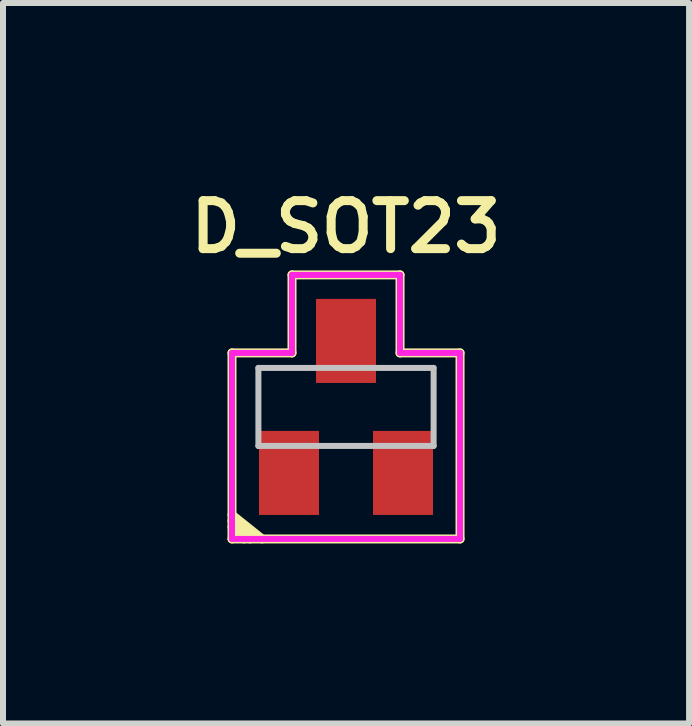
<source format=kicad_pcb>
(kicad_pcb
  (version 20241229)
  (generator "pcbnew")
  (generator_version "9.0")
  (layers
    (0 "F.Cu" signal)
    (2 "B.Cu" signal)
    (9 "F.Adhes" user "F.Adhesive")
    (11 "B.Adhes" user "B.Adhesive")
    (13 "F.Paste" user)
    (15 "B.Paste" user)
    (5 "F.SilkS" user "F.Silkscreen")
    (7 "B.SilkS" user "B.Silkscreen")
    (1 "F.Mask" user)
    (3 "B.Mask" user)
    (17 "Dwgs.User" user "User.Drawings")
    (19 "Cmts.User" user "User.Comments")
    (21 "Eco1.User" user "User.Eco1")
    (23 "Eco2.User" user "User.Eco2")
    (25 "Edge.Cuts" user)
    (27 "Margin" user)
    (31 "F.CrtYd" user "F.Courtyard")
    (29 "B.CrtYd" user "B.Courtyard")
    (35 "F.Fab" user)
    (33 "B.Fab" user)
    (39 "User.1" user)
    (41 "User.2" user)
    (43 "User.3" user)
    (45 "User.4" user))
  (footprint "D_SOT23"
    (layer "F.Cu")
    (at 2.716 3.731)
    (property "Reference" "D_SOT23" (at 0 -3 0) (layer "F.SilkS") (effects (font (size 0.8 0.8) (thickness 0.15))))
    (attr smd)
    (fp_line (start -1.9 -0.9) (end -1.9 2.2) (stroke (width 0.15) (type solid)) (layer "F.SilkS"))
    (fp_line (start -1.9 1.9) (end -1.6 2.2) (stroke (width 0.15) (type solid)) (layer "F.SilkS"))
    (fp_line (start -1.9 2) (end -1.7 2.2) (stroke (width 0.15) (type solid)) (layer "F.SilkS"))
    (fp_line (start -1.9 2.2) (end 1.9 2.2) (stroke (width 0.15) (type solid)) (layer "F.SilkS"))
    (fp_line (start -1.4 2.2) (end -1.9 1.8) (stroke (width 0.15) (type solid)) (layer "F.SilkS"))
    (fp_line (start -0.9 -2.2) (end -0.9 -0.9) (stroke (width 0.15) (type solid)) (layer "F.SilkS"))
    (fp_line (start -0.9 -0.9) (end -1.9 -0.9) (stroke (width 0.15) (type solid)) (layer "F.SilkS"))
    (fp_line (start 0.9 -2.2) (end -0.9 -2.2) (stroke (width 0.15) (type solid)) (layer "F.SilkS"))
    (fp_line (start 0.9 -0.9) (end 0.9 -2.2) (stroke (width 0.15) (type solid)) (layer "F.SilkS"))
    (fp_line (start 1.9 -0.9) (end 0.9 -0.9) (stroke (width 0.15) (type solid)) (layer "F.SilkS"))
    (fp_line (start 1.9 2.2) (end 1.9 -0.9) (stroke (width 0.15) (type solid)) (layer "F.SilkS"))
    (fp_line (start -1.46 -0.65) (end 1.46 -0.65) (stroke (width 0.1) (type solid)) (layer "Dwgs.User"))
    (fp_line (start -1.46 0.65) (end -1.46 -0.65) (stroke (width 0.1) (type solid)) (layer "Dwgs.User"))
    (fp_line (start 1.46 -0.65) (end 1.46 0.65) (stroke (width 0.1) (type solid)) (layer "Dwgs.User"))
    (fp_line (start 1.46 0.65) (end -1.46 0.65) (stroke (width 0.1) (type solid)) (layer "Dwgs.User"))
    (fp_line (start -1.9 -0.9) (end -0.9 -0.9) (stroke (width 0.1) (type solid)) (layer "F.CrtYd"))
    (fp_line (start -1.9 2.2) (end -1.9 -0.9) (stroke (width 0.1) (type solid)) (layer "F.CrtYd"))
    (fp_line (start -0.9 -2.2) (end 0.9 -2.2) (stroke (width 0.1) (type solid)) (layer "F.CrtYd"))
    (fp_line (start -0.9 -0.9) (end -0.9 -2.2) (stroke (width 0.1) (type solid)) (layer "F.CrtYd"))
    (fp_line (start 0.9 -2.2) (end 0.9 -0.9) (stroke (width 0.1) (type solid)) (layer "F.CrtYd"))
    (fp_line (start 0.9 -0.9) (end 1.9 -0.9) (stroke (width 0.1) (type solid)) (layer "F.CrtYd"))
    (fp_line (start 1.9 -0.9) (end 1.9 2.2) (stroke (width 0.1) (type solid)) (layer "F.CrtYd"))
    (fp_line (start 1.9 2.2) (end -1.9 2.2) (stroke (width 0.1) (type solid)) (layer "F.CrtYd"))
    (pad "1" smd rect (at -0.95 1.1) (size 1 1.4) (layers "F.Cu" "F.Mask" "F.Paste"))
    (pad "2" smd rect (at 0.95 1.1) (size 1 1.4) (layers "F.Cu" "F.Mask" "F.Paste"))
    (pad "3" smd rect (at 0 -1.1) (size 1 1.4) (layers "F.Cu" "F.Mask" "F.Paste")))
  (gr_rect
    (start -3 -3)
    (end 8.433 9.006)
    (stroke (width 0.1) (type default))
    (fill no)
    (layer "Edge.Cuts")))
</source>
